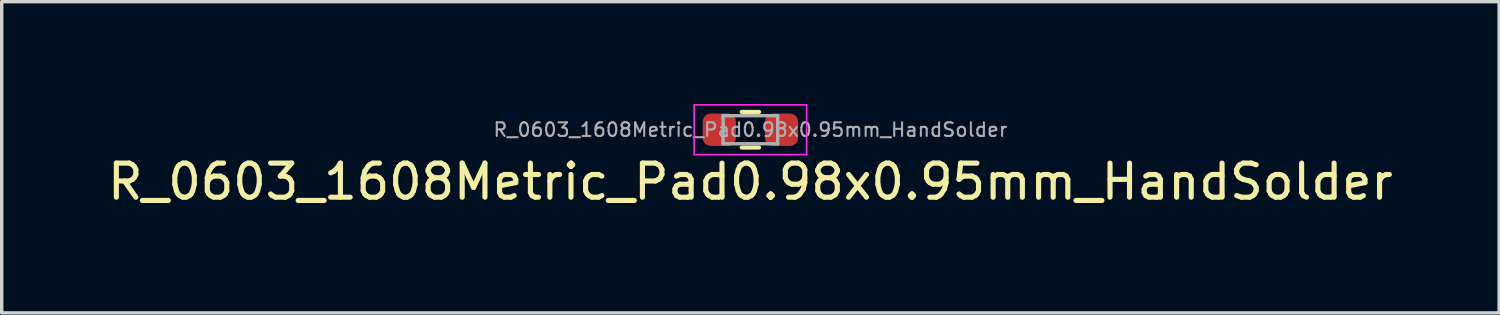
<source format=kicad_pcb>
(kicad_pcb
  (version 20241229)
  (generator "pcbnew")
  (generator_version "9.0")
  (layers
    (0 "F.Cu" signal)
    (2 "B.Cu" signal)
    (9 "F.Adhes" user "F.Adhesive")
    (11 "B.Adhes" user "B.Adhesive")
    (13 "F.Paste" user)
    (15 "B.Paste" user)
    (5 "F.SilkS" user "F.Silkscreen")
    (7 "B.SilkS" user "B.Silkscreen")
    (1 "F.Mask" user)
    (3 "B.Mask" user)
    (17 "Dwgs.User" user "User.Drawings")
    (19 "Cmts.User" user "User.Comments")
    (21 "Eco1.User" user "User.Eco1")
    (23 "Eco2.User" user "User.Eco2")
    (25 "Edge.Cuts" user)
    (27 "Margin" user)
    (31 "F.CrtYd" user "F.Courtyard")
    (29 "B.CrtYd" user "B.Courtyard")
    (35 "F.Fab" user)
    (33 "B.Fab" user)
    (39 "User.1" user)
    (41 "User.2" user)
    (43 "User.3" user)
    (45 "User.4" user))
  (footprint "R_0603_1608Metric_Pad0.98x0.95mm_HandSolder"
    (layer "F.Cu")
    (at 18.958 0.755)
    (property "Reference" "R_0603_1608Metric_Pad0.98x0.95mm_HandSolder" (at 0 1.524 180) (layer "F.SilkS") (effects (font (size 1 1) (thickness 0.15))))
    (attr smd)
    (fp_line (start -0.255 -0.522) (end 0.255 -0.522) (stroke (width 0.12) (type solid)) (layer "F.SilkS"))
    (fp_line (start -0.255 0.522) (end 0.255 0.522) (stroke (width 0.12) (type solid)) (layer "F.SilkS"))
    (fp_line (start -1.65 -0.73) (end 1.65 -0.73) (stroke (width 0.05) (type solid)) (layer "F.CrtYd"))
    (fp_line (start -1.65 0.73) (end -1.65 -0.73) (stroke (width 0.05) (type solid)) (layer "F.CrtYd"))
    (fp_line (start 1.65 -0.73) (end 1.65 0.73) (stroke (width 0.05) (type solid)) (layer "F.CrtYd"))
    (fp_line (start 1.65 0.73) (end -1.65 0.73) (stroke (width 0.05) (type solid)) (layer "F.CrtYd"))
    (fp_line (start -0.8 -0.412) (end 0.8 -0.412) (stroke (width 0.1) (type solid)) (layer "F.Fab"))
    (fp_line (start -0.8 0.412) (end -0.8 -0.412) (stroke (width 0.1) (type solid)) (layer "F.Fab"))
    (fp_line (start 0.8 -0.412) (end 0.8 0.412) (stroke (width 0.1) (type solid)) (layer "F.Fab"))
    (fp_line (start 0.8 0.412) (end -0.8 0.412) (stroke (width 0.1) (type solid)) (layer "F.Fab"))
    (fp_text user "${REFERENCE}" (at 0 0 180) (layer "F.Fab") (effects (font (size 0.4 0.4) (thickness 0.06))))
    (pad "1" smd roundrect (at -0.912 0) (size 0.975 0.95) (layers "F.Cu" "F.Mask" "F.Paste") (roundrect_rratio 0.25))
    (pad "2" smd roundrect (at 0.912 0) (size 0.975 0.95) (layers "F.Cu" "F.Mask" "F.Paste") (roundrect_rratio 0.25)))
  (gr_rect
    (start -3 -3)
    (end 40.917 6.127)
    (stroke (width 0.1) (type default))
    (fill no)
    (layer "Edge.Cuts")))
</source>
